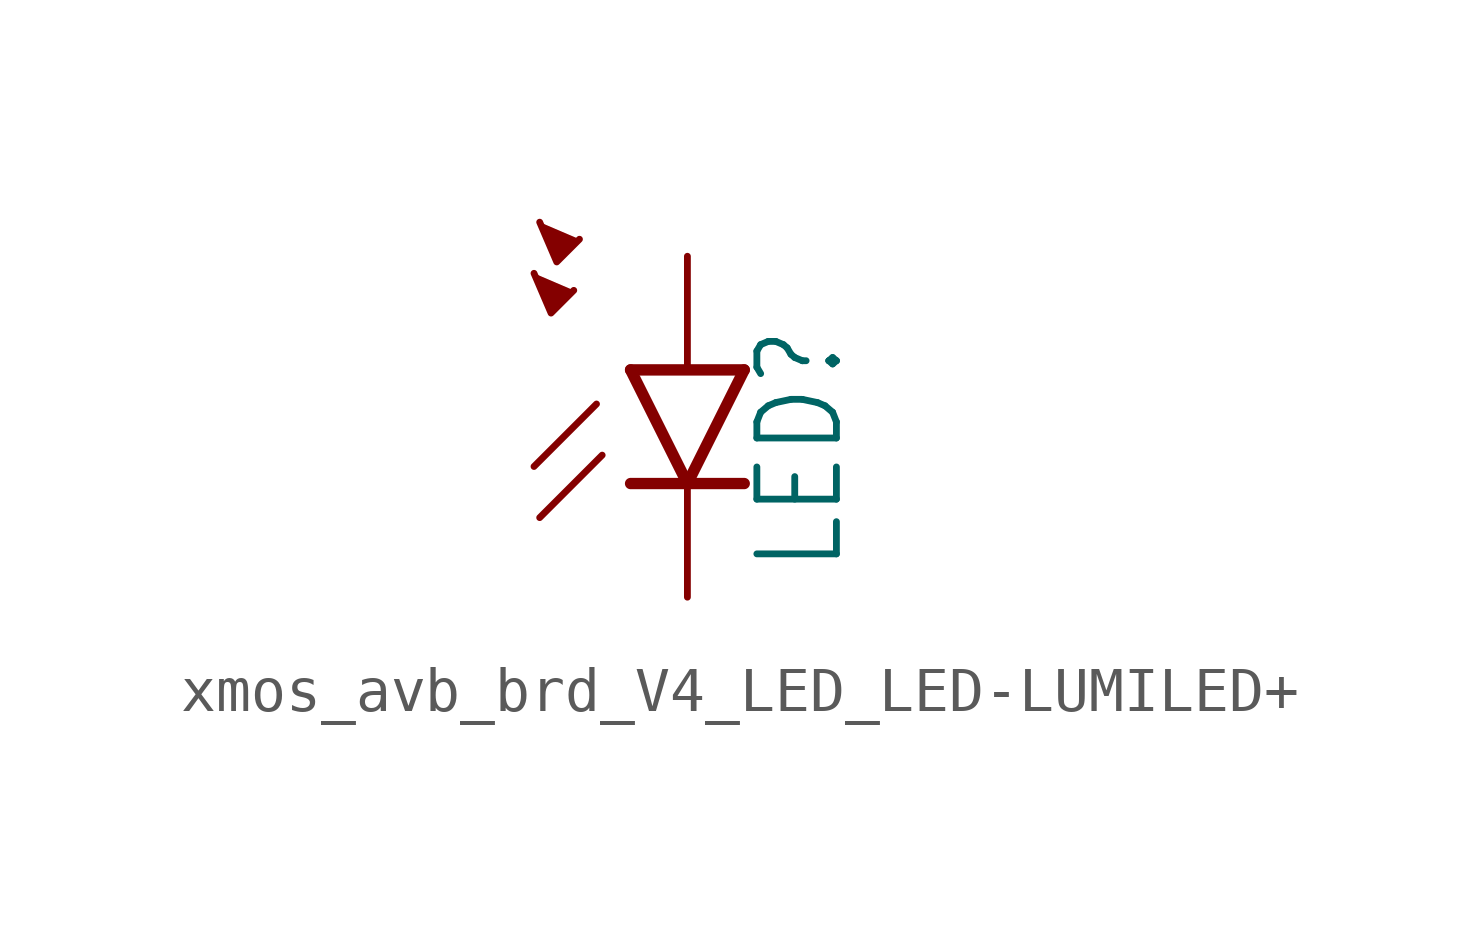
<source format=kicad_sym>
(kicad_symbol_lib
  (version 20241209)
  (generator "kicad_symbol_editor")
  (generator_version "9.0")
  (symbol "xmos_avb_brd_V4_LED_LED-LUMILED+"
    (property "Reference" "LED"
      (at 3.556 -4.572 90)
      (effects (font (size 1.778 1.511)) (justify left bottom)))
    (property "Value" ""
      (at 5.715 -4.572 90)
      (effects (font (size 1.778 1.511)) (justify left bottom)))
    (property "ki_locked" ""
      (at 0 0 0)
      (effects (font (size 1.27 1.27))))
    (symbol "xmos_avb_brd_V4_LED_LED-LUMILED+_1_0"
      (polyline (pts (xy -3.429 2.159) (xy -3.048 1.27) (xy -2.54 1.778)) (stroke (width 0.152) (type solid)) (fill (type outline)))
      (polyline (pts (xy -3.302 3.302) (xy -2.921 2.413) (xy -2.413 2.921)) (stroke (width 0.152) (type solid)) (fill (type outline)))
      (polyline (pts (xy -2.032 -0.762) (xy -3.429 -2.159)) (stroke (width 0.152) (type solid)) (fill (type none)))
      (polyline (pts (xy -1.905 -1.905) (xy -3.302 -3.302)) (stroke (width 0.152) (type solid)) (fill (type none)))
      (polyline (pts (xy 0 -2.54) (xy -1.27 0)) (stroke (width 0.254) (type solid)) (fill (type none)))
      (polyline (pts (xy 0 -2.54) (xy -1.27 -2.54)) (stroke (width 0.254) (type solid)) (fill (type none)))
      (polyline (pts (xy 1.27 0) (xy -1.27 0)) (stroke (width 0.254) (type solid)) (fill (type none)))
      (polyline (pts (xy 1.27 0) (xy 0 -2.54)) (stroke (width 0.254) (type solid)) (fill (type none)))
      (polyline (pts (xy 1.27 -2.54) (xy 0 -2.54)) (stroke (width 0.254) (type solid)) (fill (type none)))
      (pin passive line (at 0 2.54 270) (length 2.54) (name "A" (effects (font (size 0 0)))) (number "2+" (effects (font (size 0 0)))))
      (pin passive line (at 0 -5.08 90) (length 2.54) (name "C" (effects (font (size 0 0)))) (number "4-" (effects (font (size 0 0))))))))
</source>
